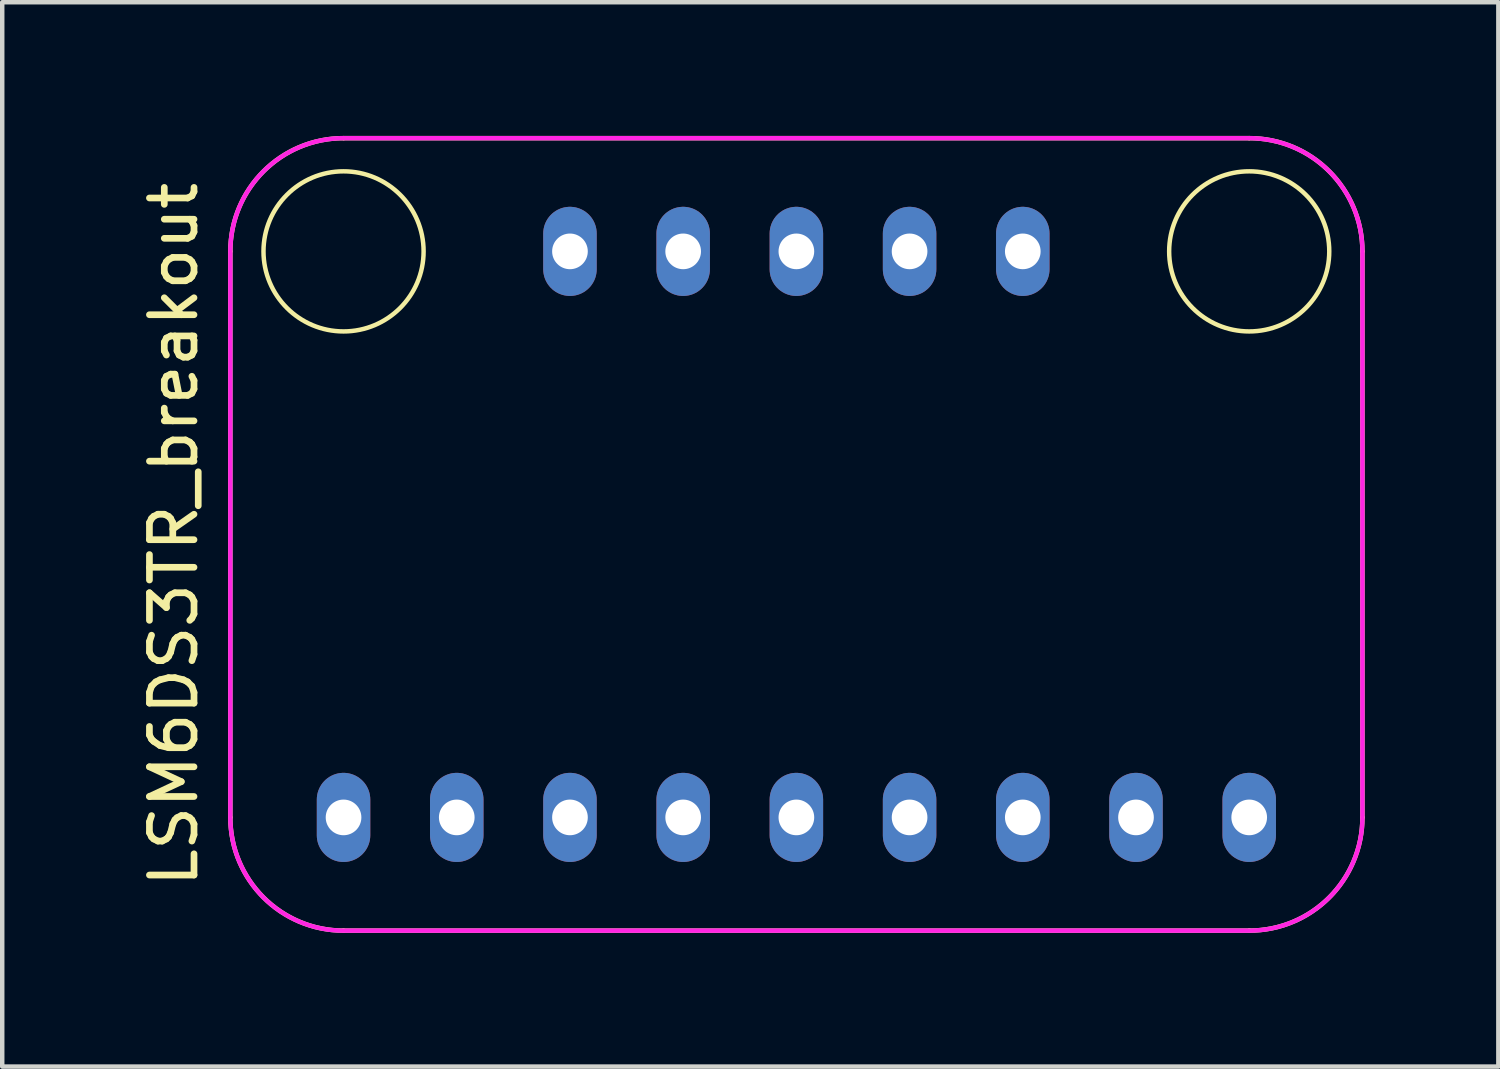
<source format=kicad_pcb>
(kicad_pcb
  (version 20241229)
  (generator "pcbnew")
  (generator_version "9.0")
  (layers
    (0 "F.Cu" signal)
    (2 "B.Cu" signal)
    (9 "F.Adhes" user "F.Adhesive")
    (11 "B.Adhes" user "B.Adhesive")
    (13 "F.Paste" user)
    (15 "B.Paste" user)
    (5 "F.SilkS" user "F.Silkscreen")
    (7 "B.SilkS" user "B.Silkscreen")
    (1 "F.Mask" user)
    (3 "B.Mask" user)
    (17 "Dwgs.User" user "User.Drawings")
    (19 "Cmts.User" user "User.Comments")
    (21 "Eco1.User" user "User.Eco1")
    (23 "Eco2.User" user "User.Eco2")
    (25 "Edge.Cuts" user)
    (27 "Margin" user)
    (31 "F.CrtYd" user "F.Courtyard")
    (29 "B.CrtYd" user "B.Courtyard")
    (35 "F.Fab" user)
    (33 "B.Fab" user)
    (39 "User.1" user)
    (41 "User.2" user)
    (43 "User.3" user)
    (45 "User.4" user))
  (footprint "LSM6DS3TR_breakout"
    (layer "F.Cu")
    (at 14.818 8.94)
    (property "Reference" "LSM6DS3TR_breakout" (at -13.97 0 90) (layer "F.SilkS") (effects (font (size 1 1) (thickness 0.15))))
    (fp_line (start -12.7 6.35) (end -12.7 -6.35) (stroke (width 0.1) (type default)) (layer "F.SilkS"))
    (fp_line (start -10.16 -8.89) (end 10.16 -8.89) (stroke (width 0.1) (type default)) (layer "F.SilkS"))
    (fp_line (start 10.16 8.89) (end -10.16 8.89) (stroke (width 0.1) (type default)) (layer "F.SilkS"))
    (fp_line (start 12.7 -6.35) (end 12.7 6.35) (stroke (width 0.1) (type default)) (layer "F.SilkS"))
    (fp_arc (start -12.7 -6.35) (mid -11.956051 -8.146051) (end -10.16 -8.89) (stroke (width 0.1) (type default)) (layer "F.SilkS"))
    (fp_arc (start -10.16 8.89) (mid -11.956051 8.146051) (end -12.7 6.35) (stroke (width 0.1) (type default)) (layer "F.SilkS"))
    (fp_arc (start 10.16 -8.89) (mid 11.956051 -8.146051) (end 12.7 -6.35) (stroke (width 0.1) (type default)) (layer "F.SilkS"))
    (fp_arc (start 12.7 6.35) (mid 11.956051 8.146051) (end 10.16 8.89) (stroke (width 0.1) (type default)) (layer "F.SilkS"))
    (fp_circle (center -10.16 -6.35) (end -8.89 -7.62) (stroke (width 0.1) (type default)) (fill no) (layer "F.SilkS"))
    (fp_circle (center 10.16 -6.35) (end 11.43 -7.62) (stroke (width 0.1) (type default)) (fill no) (layer "F.SilkS"))
    (fp_poly (pts (arc (start 10.16 8.89) (mid 11.956051 8.146051) (end 12.7 6.35)) (arc (start 12.7 -6.35) (mid 11.956051 -8.146051) (end 10.16 -8.89)) (arc (start -10.16 -8.89) (mid -11.956051 -8.146051) (end -12.7 -6.35)) (arc (start -12.7 6.35) (mid -11.956051 8.146051) (end -10.16 8.89))) (stroke (width 0.1) (type solid)) (fill no) (layer "F.CrtYd"))
    (pad "1" thru_hole oval (at -10.16 6.35) (size 1.2 2) (drill 0.8) (layers "*.Cu" "*.Mask"))
    (pad "2" thru_hole oval (at -7.62 6.35) (size 1.2 2) (drill 0.8) (layers "*.Cu" "*.Mask"))
    (pad "3" thru_hole oval (at -5.08 6.35) (size 1.2 2) (drill 0.8) (layers "*.Cu" "*.Mask"))
    (pad "4" thru_hole oval (at -2.54 6.35) (size 1.2 2) (drill 0.8) (layers "*.Cu" "*.Mask"))
    (pad "5" thru_hole oval (at 0 6.35) (size 1.2 2) (drill 0.8) (layers "*.Cu" "*.Mask"))
    (pad "6" thru_hole oval (at 2.54 6.35) (size 1.2 2) (drill 0.8) (layers "*.Cu" "*.Mask"))
    (pad "7" thru_hole oval (at 5.08 6.35) (size 1.2 2) (drill 0.8) (layers "*.Cu" "*.Mask"))
    (pad "8" thru_hole oval (at 7.62 6.35) (size 1.2 2) (drill 0.8) (layers "*.Cu" "*.Mask"))
    (pad "9" thru_hole oval (at 10.16 6.35) (size 1.2 2) (drill 0.8) (layers "*.Cu" "*.Mask"))
    (pad "10" thru_hole oval (at 5.08 -6.35) (size 1.2 2) (drill 0.8) (layers "*.Cu" "*.Mask"))
    (pad "11" thru_hole oval (at 2.54 -6.35) (size 1.2 2) (drill 0.8) (layers "*.Cu" "*.Mask"))
    (pad "12" thru_hole oval (at 0 -6.35) (size 1.2 2) (drill 0.8) (layers "*.Cu" "*.Mask"))
    (pad "13" thru_hole oval (at -2.54 -6.35) (size 1.2 2) (drill 0.8) (layers "*.Cu" "*.Mask"))
    (pad "14" thru_hole oval (at -5.08 -6.35) (size 1.2 2) (drill 0.8) (layers "*.Cu" "*.Mask")))
  (gr_rect
    (start -3 -3)
    (end 30.568 20.88)
    (stroke (width 0.1) (type default))
    (fill no)
    (layer "Edge.Cuts")))
</source>
